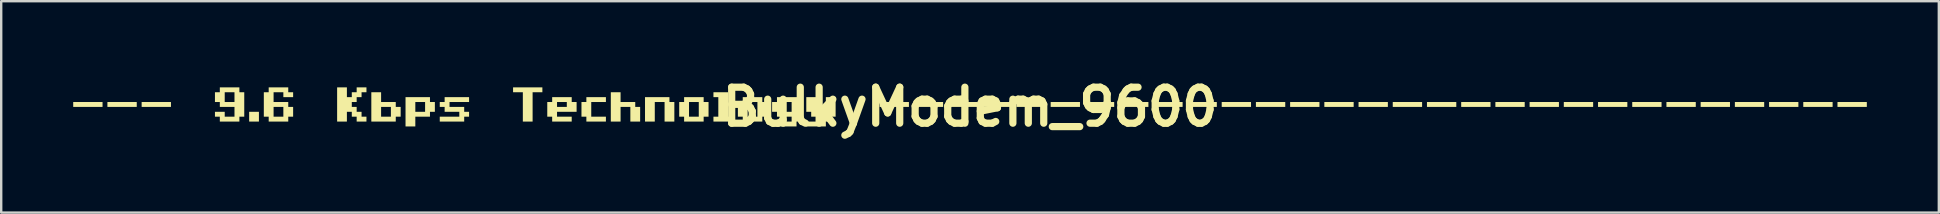
<source format=kicad_pcb>
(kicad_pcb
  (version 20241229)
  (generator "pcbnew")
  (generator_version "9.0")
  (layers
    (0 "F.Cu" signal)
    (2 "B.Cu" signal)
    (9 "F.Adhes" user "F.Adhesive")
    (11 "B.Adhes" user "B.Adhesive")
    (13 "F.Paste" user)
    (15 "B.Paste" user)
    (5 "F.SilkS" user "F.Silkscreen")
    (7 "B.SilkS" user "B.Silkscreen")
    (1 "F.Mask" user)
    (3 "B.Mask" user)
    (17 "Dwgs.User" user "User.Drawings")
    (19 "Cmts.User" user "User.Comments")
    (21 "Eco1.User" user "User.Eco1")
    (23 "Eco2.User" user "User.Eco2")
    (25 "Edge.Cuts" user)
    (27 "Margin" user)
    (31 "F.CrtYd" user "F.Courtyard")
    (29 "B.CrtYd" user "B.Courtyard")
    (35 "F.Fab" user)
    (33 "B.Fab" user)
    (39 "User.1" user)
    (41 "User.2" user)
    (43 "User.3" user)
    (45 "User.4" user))
  (footprint "BulkyModem_9600"
    (layer "F.Cu")
    (at 37.362 1.404)
    (property "Reference" "BulkyModem_9600" (at 0 0 0) (layer "F.SilkS") (effects (font (size 1.5 1.5) (thickness 0.3))))
    (attr board_only exclude_from_pos_files exclude_from_bom)
    (fp_poly (pts (xy -36.14 -0.102) (xy -36.14 0) (xy -36.751 0) (xy -37.362 0) (xy -37.362 -0.102) (xy -37.362 -0.204) (xy -36.751 -0.204) (xy -36.14 -0.204)) (stroke (width 0) (type solid)) (fill yes) (layer "F.SilkS"))
    (fp_poly (pts (xy -34.715 -0.102) (xy -34.715 0) (xy -35.326 0) (xy -35.937 0) (xy -35.937 -0.102) (xy -35.937 -0.204) (xy -35.326 -0.204) (xy -34.715 -0.204)) (stroke (width 0) (type solid)) (fill yes) (layer "F.SilkS"))
    (fp_poly (pts (xy -33.29 -0.102) (xy -33.29 0) (xy -33.901 0) (xy -34.511 0) (xy -34.511 -0.102) (xy -34.511 -0.204) (xy -33.901 -0.204) (xy -33.29 -0.204)) (stroke (width 0) (type solid)) (fill yes) (layer "F.SilkS"))
    (fp_poly (pts (xy -29.625 0.407) (xy -29.625 0.611) (xy -29.828 0.611) (xy -30.032 0.611) (xy -30.032 0.407) (xy -30.032 0.204) (xy -29.828 0.204) (xy -29.625 0.204)) (stroke (width 0) (type solid)) (fill yes) (layer "F.SilkS"))
    (fp_poly (pts (xy -2.545 -0.102) (xy -2.545 0) (xy -3.156 0) (xy -3.767 0) (xy -3.767 -0.102) (xy -3.767 -0.204) (xy -3.156 -0.204) (xy -2.545 -0.204)) (stroke (width 0) (type solid)) (fill yes) (layer "F.SilkS"))
    (fp_poly (pts (xy -1.12 -0.102) (xy -1.12 0) (xy -1.731 0) (xy -2.341 0) (xy -2.341 -0.102) (xy -2.341 -0.204) (xy -1.731 -0.204) (xy -1.12 -0.204)) (stroke (width 0) (type solid)) (fill yes) (layer "F.SilkS"))
    (fp_poly (pts (xy 0.305 -0.102) (xy 0.305 0) (xy -0.305 0) (xy -0.916 0) (xy -0.916 -0.102) (xy -0.916 -0.204) (xy -0.305 -0.204) (xy 0.305 -0.204)) (stroke (width 0) (type solid)) (fill yes) (layer "F.SilkS"))
    (fp_poly (pts (xy 1.731 -0.102) (xy 1.731 0) (xy 1.12 0) (xy 0.509 0) (xy 0.509 -0.102) (xy 0.509 -0.204) (xy 1.12 -0.204) (xy 1.731 -0.204)) (stroke (width 0) (type solid)) (fill yes) (layer "F.SilkS"))
    (fp_poly (pts (xy 3.156 -0.102) (xy 3.156 0) (xy 2.545 0) (xy 1.934 0) (xy 1.934 -0.102) (xy 1.934 -0.204) (xy 2.545 -0.204) (xy 3.156 -0.204)) (stroke (width 0) (type solid)) (fill yes) (layer "F.SilkS"))
    (fp_poly (pts (xy 4.581 -0.102) (xy 4.581 0) (xy 3.97 0) (xy 3.36 0) (xy 3.36 -0.102) (xy 3.36 -0.204) (xy 3.97 -0.204) (xy 4.581 -0.204)) (stroke (width 0) (type solid)) (fill yes) (layer "F.SilkS"))
    (fp_poly (pts (xy 6.006 -0.102) (xy 6.006 0) (xy 5.396 0) (xy 4.785 0) (xy 4.785 -0.102) (xy 4.785 -0.204) (xy 5.396 -0.204) (xy 6.006 -0.204)) (stroke (width 0) (type solid)) (fill yes) (layer "F.SilkS"))
    (fp_poly (pts (xy 7.432 -0.102) (xy 7.432 0) (xy 6.821 0) (xy 6.21 0) (xy 6.21 -0.102) (xy 6.21 -0.204) (xy 6.821 -0.204) (xy 7.432 -0.204)) (stroke (width 0) (type solid)) (fill yes) (layer "F.SilkS"))
    (fp_poly (pts (xy 8.857 -0.102) (xy 8.857 0) (xy 8.246 0) (xy 7.635 0) (xy 7.635 -0.102) (xy 7.635 -0.204) (xy 8.246 -0.204) (xy 8.857 -0.204)) (stroke (width 0) (type solid)) (fill yes) (layer "F.SilkS"))
    (fp_poly (pts (xy 10.282 -0.102) (xy 10.282 0) (xy 9.671 0) (xy 9.061 0) (xy 9.061 -0.102) (xy 9.061 -0.204) (xy 9.671 -0.204) (xy 10.282 -0.204)) (stroke (width 0) (type solid)) (fill yes) (layer "F.SilkS"))
    (fp_poly (pts (xy 11.707 -0.102) (xy 11.707 0) (xy 11.097 0) (xy 10.486 0) (xy 10.486 -0.102) (xy 10.486 -0.204) (xy 11.097 -0.204) (xy 11.707 -0.204)) (stroke (width 0) (type solid)) (fill yes) (layer "F.SilkS"))
    (fp_poly (pts (xy 13.133 -0.102) (xy 13.133 0) (xy 12.522 0) (xy 11.911 0) (xy 11.911 -0.102) (xy 11.911 -0.204) (xy 12.522 -0.204) (xy 13.133 -0.204)) (stroke (width 0) (type solid)) (fill yes) (layer "F.SilkS"))
    (fp_poly (pts (xy 14.558 -0.102) (xy 14.558 0) (xy 13.947 0) (xy 13.336 0) (xy 13.336 -0.102) (xy 13.336 -0.204) (xy 13.947 -0.204) (xy 14.558 -0.204)) (stroke (width 0) (type solid)) (fill yes) (layer "F.SilkS"))
    (fp_poly (pts (xy 15.983 -0.102) (xy 15.983 0) (xy 15.372 0) (xy 14.762 0) (xy 14.762 -0.102) (xy 14.762 -0.204) (xy 15.372 -0.204) (xy 15.983 -0.204)) (stroke (width 0) (type solid)) (fill yes) (layer "F.SilkS"))
    (fp_poly (pts (xy 17.408 -0.102) (xy 17.408 0) (xy 16.798 0) (xy 16.187 0) (xy 16.187 -0.102) (xy 16.187 -0.204) (xy 16.798 -0.204) (xy 17.408 -0.204)) (stroke (width 0) (type solid)) (fill yes) (layer "F.SilkS"))
    (fp_poly (pts (xy 18.834 -0.102) (xy 18.834 0) (xy 18.223 0) (xy 17.612 0) (xy 17.612 -0.102) (xy 17.612 -0.204) (xy 18.223 -0.204) (xy 18.834 -0.204)) (stroke (width 0) (type solid)) (fill yes) (layer "F.SilkS"))
    (fp_poly (pts (xy 20.259 -0.102) (xy 20.259 0) (xy 19.648 0) (xy 19.037 0) (xy 19.037 -0.102) (xy 19.037 -0.204) (xy 19.648 -0.204) (xy 20.259 -0.204)) (stroke (width 0) (type solid)) (fill yes) (layer "F.SilkS"))
    (fp_poly (pts (xy 21.684 -0.102) (xy 21.684 0) (xy 21.073 0) (xy 20.463 0) (xy 20.463 -0.102) (xy 20.463 -0.204) (xy 21.073 -0.204) (xy 21.684 -0.204)) (stroke (width 0) (type solid)) (fill yes) (layer "F.SilkS"))
    (fp_poly (pts (xy 23.109 -0.102) (xy 23.109 0) (xy 22.499 0) (xy 21.888 0) (xy 21.888 -0.102) (xy 21.888 -0.204) (xy 22.499 -0.204) (xy 23.109 -0.204)) (stroke (width 0) (type solid)) (fill yes) (layer "F.SilkS"))
    (fp_poly (pts (xy 24.535 -0.102) (xy 24.535 0) (xy 23.924 0) (xy 23.313 0) (xy 23.313 -0.102) (xy 23.313 -0.204) (xy 23.924 -0.204) (xy 24.535 -0.204)) (stroke (width 0) (type solid)) (fill yes) (layer "F.SilkS"))
    (fp_poly (pts (xy 25.96 -0.102) (xy 25.96 0) (xy 25.349 0) (xy 24.738 0) (xy 24.738 -0.102) (xy 24.738 -0.204) (xy 25.349 -0.204) (xy 25.96 -0.204)) (stroke (width 0) (type solid)) (fill yes) (layer "F.SilkS"))
    (fp_poly (pts (xy 27.385 -0.102) (xy 27.385 0) (xy 26.774 0) (xy 26.164 0) (xy 26.164 -0.102) (xy 26.164 -0.204) (xy 26.774 -0.204) (xy 27.385 -0.204)) (stroke (width 0) (type solid)) (fill yes) (layer "F.SilkS"))
    (fp_poly (pts (xy 28.81 -0.102) (xy 28.81 0) (xy 28.2 0) (xy 27.589 0) (xy 27.589 -0.102) (xy 27.589 -0.204) (xy 28.2 -0.204) (xy 28.81 -0.204)) (stroke (width 0) (type solid)) (fill yes) (layer "F.SilkS"))
    (fp_poly (pts (xy 30.236 -0.102) (xy 30.236 0) (xy 29.625 0) (xy 29.014 0) (xy 29.014 -0.102) (xy 29.014 -0.204) (xy 29.625 -0.204) (xy 30.236 -0.204)) (stroke (width 0) (type solid)) (fill yes) (layer "F.SilkS"))
    (fp_poly (pts (xy 31.661 -0.102) (xy 31.661 0) (xy 31.05 0) (xy 30.439 0) (xy 30.439 -0.102) (xy 30.439 -0.204) (xy 31.05 -0.204) (xy 31.661 -0.204)) (stroke (width 0) (type solid)) (fill yes) (layer "F.SilkS"))
    (fp_poly (pts (xy 33.086 -0.102) (xy 33.086 0) (xy 32.475 0) (xy 31.865 0) (xy 31.865 -0.102) (xy 31.865 -0.204) (xy 32.475 -0.204) (xy 33.086 -0.204)) (stroke (width 0) (type solid)) (fill yes) (layer "F.SilkS"))
    (fp_poly (pts (xy 34.511 -0.102) (xy 34.511 0) (xy 33.901 0) (xy 33.29 0) (xy 33.29 -0.102) (xy 33.29 -0.204) (xy 33.901 -0.204) (xy 34.511 -0.204)) (stroke (width 0) (type solid)) (fill yes) (layer "F.SilkS"))
    (fp_poly (pts (xy 35.937 -0.102) (xy 35.937 0) (xy 35.326 0) (xy 34.715 0) (xy 34.715 -0.102) (xy 34.715 -0.204) (xy 35.326 -0.204) (xy 35.937 -0.204)) (stroke (width 0) (type solid)) (fill yes) (layer "F.SilkS"))
    (fp_poly (pts (xy 37.362 -0.102) (xy 37.362 0) (xy 36.751 0) (xy 36.14 0) (xy 36.14 -0.102) (xy 36.14 -0.204) (xy 36.751 -0.204) (xy 37.362 -0.204)) (stroke (width 0) (type solid)) (fill yes) (layer "F.SilkS"))
    (fp_poly (pts (xy -17.816 -0.713) (xy -17.816 -0.611) (xy -18.019 -0.611) (xy -18.223 -0.611) (xy -18.223 0) (xy -18.223 0.611) (xy -18.426 0.611) (xy -18.63 0.611) (xy -18.63 0) (xy -18.63 -0.611) (xy -18.834 -0.611) (xy -19.037 -0.611) (xy -19.037 -0.713) (xy -19.037 -0.814) (xy -18.426 -0.814) (xy -17.816 -0.814)) (stroke (width 0) (type solid)) (fill yes) (layer "F.SilkS"))
    (fp_poly (pts (xy -12.522 -0.305) (xy -12.522 -0.204) (xy -12.42 -0.204) (xy -12.318 -0.204) (xy -12.318 0.204) (xy -12.318 0.611) (xy -12.522 0.611) (xy -12.725 0.611) (xy -12.725 0.204) (xy -12.725 -0.204) (xy -12.929 -0.204) (xy -13.133 -0.204) (xy -13.133 0.204) (xy -13.133 0.611) (xy -13.336 0.611) (xy -13.54 0.611) (xy -13.54 0.102) (xy -13.54 -0.407) (xy -13.031 -0.407) (xy -12.522 -0.407)) (stroke (width 0) (type solid)) (fill yes) (layer "F.SilkS"))
    (fp_poly (pts (xy -10.079 -0.102) (xy -10.079 0.407) (xy -9.977 0.407) (xy -9.875 0.407) (xy -9.875 0.509) (xy -9.875 0.611) (xy -10.282 0.611) (xy -10.689 0.611) (xy -10.689 0.509) (xy -10.689 0.407) (xy -10.588 0.407) (xy -10.486 0.407) (xy -10.486 0) (xy -10.486 -0.407) (xy -10.588 -0.407) (xy -10.689 -0.407) (xy -10.689 -0.509) (xy -10.689 -0.611) (xy -10.384 -0.611) (xy -10.079 -0.611)) (stroke (width 0) (type solid)) (fill yes) (layer "F.SilkS"))
    (fp_poly (pts (xy -15.169 -0.305) (xy -15.169 -0.204) (xy -15.474 -0.204) (xy -15.78 -0.204) (xy -15.78 0.102) (xy -15.78 0.407) (xy -15.474 0.407) (xy -15.169 0.407) (xy -15.169 0.509) (xy -15.169 0.611) (xy -15.576 0.611) (xy -15.983 0.611) (xy -15.983 0.509) (xy -15.983 0.407) (xy -16.085 0.407) (xy -16.187 0.407) (xy -16.187 0.102) (xy -16.187 -0.204) (xy -16.085 -0.204) (xy -15.983 -0.204) (xy -15.983 -0.305) (xy -15.983 -0.407) (xy -15.576 -0.407) (xy -15.169 -0.407)) (stroke (width 0) (type solid)) (fill yes) (layer "F.SilkS"))
    (fp_poly (pts (xy -14.558 -0.407) (xy -14.558 -0.204) (xy -14.253 -0.204) (xy -13.947 -0.204) (xy -13.947 -0.102) (xy -13.947 0) (xy -13.845 0) (xy -13.743 0) (xy -13.743 0.305) (xy -13.743 0.611) (xy -13.947 0.611) (xy -14.151 0.611) (xy -14.151 0.305) (xy -14.151 0) (xy -14.354 0) (xy -14.558 0) (xy -14.558 0.305) (xy -14.558 0.611) (xy -14.762 0.611) (xy -14.965 0.611) (xy -14.965 0) (xy -14.965 -0.611) (xy -14.762 -0.611) (xy -14.558 -0.611)) (stroke (width 0) (type solid)) (fill yes) (layer "F.SilkS"))
    (fp_poly (pts (xy -24.535 -0.407) (xy -24.535 -0.204) (xy -24.229 -0.204) (xy -23.924 -0.204) (xy -23.924 -0.102) (xy -23.924 0) (xy -23.822 0) (xy -23.72 0) (xy -23.72 0.204) (xy -23.72 0.407) (xy -23.822 0.407) (xy -23.924 0.407) (xy -23.924 0.509) (xy -23.924 0.611) (xy -24.433 0.611) (xy -24.942 0.611) (xy -24.942 0.204) (xy -24.535 0.204) (xy -24.535 0.407) (xy -24.331 0.407) (xy -24.127 0.407) (xy -24.127 0.204) (xy -24.127 0) (xy -24.331 0) (xy -24.535 0) (xy -24.535 0.204) (xy -24.942 0.204) (xy -24.942 0) (xy -24.942 -0.611) (xy -24.738 -0.611) (xy -24.535 -0.611)) (stroke (width 0) (type solid)) (fill yes) (layer "F.SilkS"))
    (fp_poly (pts (xy -22.499 -0.305) (xy -22.499 -0.204) (xy -22.397 -0.204) (xy -22.295 -0.204) (xy -22.295 0) (xy -22.295 0.204) (xy -22.397 0.204) (xy -22.499 0.204) (xy -22.499 0.305) (xy -22.499 0.407) (xy -22.804 0.407) (xy -23.109 0.407) (xy -23.109 0.611) (xy -23.109 0.814) (xy -23.313 0.814) (xy -23.517 0.814) (xy -23.517 0.204) (xy -23.517 0) (xy -23.109 0) (xy -23.109 0.204) (xy -22.906 0.204) (xy -22.702 0.204) (xy -22.702 0) (xy -22.702 -0.204) (xy -22.906 -0.204) (xy -23.109 -0.204) (xy -23.109 0) (xy -23.517 0) (xy -23.517 -0.407) (xy -23.008 -0.407) (xy -22.499 -0.407)) (stroke (width 0) (type solid)) (fill yes) (layer "F.SilkS"))
    (fp_poly (pts (xy -11.097 -0.305) (xy -11.097 -0.204) (xy -10.995 -0.204) (xy -10.893 -0.204) (xy -10.893 0.102) (xy -10.893 0.407) (xy -10.995 0.407) (xy -11.097 0.407) (xy -11.097 0.509) (xy -11.097 0.611) (xy -11.504 0.611) (xy -11.911 0.611) (xy -11.911 0.509) (xy -11.911 0.407) (xy -12.013 0.407) (xy -12.115 0.407) (xy -12.115 0.102) (xy -11.707 0.102) (xy -11.707 0.407) (xy -11.504 0.407) (xy -11.3 0.407) (xy -11.3 0.102) (xy -11.3 -0.204) (xy -11.504 -0.204) (xy -11.707 -0.204) (xy -11.707 0.102) (xy -12.115 0.102) (xy -12.115 -0.204) (xy -12.013 -0.204) (xy -11.911 -0.204) (xy -11.911 -0.305) (xy -11.911 -0.407) (xy -11.504 -0.407) (xy -11.097 -0.407)) (stroke (width 0) (type solid)) (fill yes) (layer "F.SilkS"))
    (fp_poly (pts (xy -8.653 -0.305) (xy -8.653 -0.204) (xy -8.552 -0.204) (xy -8.45 -0.204) (xy -8.45 0.102) (xy -8.45 0.407) (xy -8.552 0.407) (xy -8.653 0.407) (xy -8.653 0.509) (xy -8.653 0.611) (xy -9.061 0.611) (xy -9.468 0.611) (xy -9.468 0.509) (xy -9.468 0.407) (xy -9.57 0.407) (xy -9.671 0.407) (xy -9.671 0.102) (xy -9.264 0.102) (xy -9.264 0.407) (xy -9.061 0.407) (xy -8.857 0.407) (xy -8.857 0.102) (xy -8.857 -0.204) (xy -9.061 -0.204) (xy -9.264 -0.204) (xy -9.264 0.102) (xy -9.671 0.102) (xy -9.671 -0.204) (xy -9.57 -0.204) (xy -9.468 -0.204) (xy -9.468 -0.305) (xy -9.468 -0.407) (xy -9.061 -0.407) (xy -8.653 -0.407)) (stroke (width 0) (type solid)) (fill yes) (layer "F.SilkS"))
    (fp_poly (pts (xy -6.414 -0.102) (xy -6.414 0.204) (xy -6.21 0.204) (xy -6.006 0.204) (xy -6.006 -0.102) (xy -6.006 -0.407) (xy -5.803 -0.407) (xy -5.599 -0.407) (xy -5.599 0) (xy -5.599 0.407) (xy -5.701 0.407) (xy -5.803 0.407) (xy -5.803 0.509) (xy -5.803 0.611) (xy -5.905 0.611) (xy -6.006 0.611) (xy -6.006 0.713) (xy -6.006 0.814) (xy -6.414 0.814) (xy -6.821 0.814) (xy -6.821 0.713) (xy -6.821 0.611) (xy -6.515 0.611) (xy -6.21 0.611) (xy -6.21 0.509) (xy -6.21 0.407) (xy -6.414 0.407) (xy -6.617 0.407) (xy -6.617 0.305) (xy -6.617 0.204) (xy -6.719 0.204) (xy -6.821 0.204) (xy -6.821 -0.102) (xy -6.821 -0.407) (xy -6.617 -0.407) (xy -6.414 -0.407)) (stroke (width 0) (type solid)) (fill yes) (layer "F.SilkS"))
    (fp_poly (pts (xy -7.024 0.102) (xy -7.024 0.611) (xy -7.126 0.611) (xy -7.228 0.611) (xy -7.228 0.713) (xy -7.228 0.814) (xy -7.737 0.814) (xy -8.246 0.814) (xy -8.246 0.713) (xy -8.246 0.611) (xy -7.839 0.611) (xy -7.432 0.611) (xy -7.432 0.509) (xy -7.432 0.407) (xy -7.737 0.407) (xy -8.042 0.407) (xy -8.042 0.305) (xy -8.042 0.204) (xy -8.144 0.204) (xy -8.246 0.204) (xy -8.246 0) (xy -7.839 0) (xy -7.839 0.204) (xy -7.635 0.204) (xy -7.432 0.204) (xy -7.432 0) (xy -7.432 -0.204) (xy -7.635 -0.204) (xy -7.839 -0.204) (xy -7.839 0) (xy -8.246 0) (xy -8.246 -0.204) (xy -8.144 -0.204) (xy -8.042 -0.204) (xy -8.042 -0.305) (xy -8.042 -0.407) (xy -7.533 -0.407) (xy -7.024 -0.407)) (stroke (width 0) (type solid)) (fill yes) (layer "F.SilkS"))
    (fp_poly (pts (xy -16.594 -0.305) (xy -16.594 -0.204) (xy -16.492 -0.204) (xy -16.39 -0.204) (xy -16.39 0) (xy -16.39 0.204) (xy -16.798 0.204) (xy -17.205 0.204) (xy -17.205 0.305) (xy -17.205 0.407) (xy -16.899 0.407) (xy -16.594 0.407) (xy -16.594 0.509) (xy -16.594 0.611) (xy -17.001 0.611) (xy -17.408 0.611) (xy -17.408 0.509) (xy -17.408 0.407) (xy -17.51 0.407) (xy -17.612 0.407) (xy -17.612 0.102) (xy -17.612 -0.102) (xy -17.205 -0.102) (xy -17.205 0) (xy -17.001 0) (xy -16.798 0) (xy -16.798 -0.102) (xy -16.798 -0.204) (xy -17.001 -0.204) (xy -17.205 -0.204) (xy -17.205 -0.102) (xy -17.612 -0.102) (xy -17.612 -0.204) (xy -17.51 -0.204) (xy -17.408 -0.204) (xy -17.408 -0.305) (xy -17.408 -0.407) (xy -17.001 -0.407) (xy -16.594 -0.407)) (stroke (width 0) (type solid)) (fill yes) (layer "F.SilkS"))
    (fp_poly (pts (xy -20.87 -0.305) (xy -20.87 -0.204) (xy -21.277 -0.204) (xy -21.684 -0.204) (xy -21.684 -0.102) (xy -21.684 0) (xy -21.379 0) (xy -21.073 0) (xy -21.073 0.102) (xy -21.073 0.204) (xy -20.972 0.204) (xy -20.87 0.204) (xy -20.87 0.305) (xy -20.87 0.407) (xy -20.972 0.407) (xy -21.073 0.407) (xy -21.073 0.509) (xy -21.073 0.611) (xy -21.582 0.611) (xy -22.091 0.611) (xy -22.091 0.509) (xy -22.091 0.407) (xy -21.684 0.407) (xy -21.277 0.407) (xy -21.277 0.305) (xy -21.277 0.204) (xy -21.582 0.204) (xy -21.888 0.204) (xy -21.888 0.102) (xy -21.888 0) (xy -21.99 0) (xy -22.091 0) (xy -22.091 -0.102) (xy -22.091 -0.204) (xy -21.99 -0.204) (xy -21.888 -0.204) (xy -21.888 -0.305) (xy -21.888 -0.407) (xy -21.379 -0.407) (xy -20.87 -0.407)) (stroke (width 0) (type solid)) (fill yes) (layer "F.SilkS"))
    (fp_poly (pts (xy -30.439 -0.713) (xy -30.439 -0.611) (xy -30.337 -0.611) (xy -30.236 -0.611) (xy -30.236 -0.102) (xy -30.236 0.407) (xy -30.337 0.407) (xy -30.439 0.407) (xy -30.439 0.509) (xy -30.439 0.611) (xy -30.846 0.611) (xy -31.254 0.611) (xy -31.254 0.509) (xy -31.254 0.407) (xy -31.356 0.407) (xy -31.457 0.407) (xy -31.457 0.305) (xy -31.457 0.204) (xy -31.254 0.204) (xy -31.05 0.204) (xy -31.05 0.305) (xy -31.05 0.407) (xy -30.846 0.407) (xy -30.643 0.407) (xy -30.643 0.204) (xy -30.643 0) (xy -30.948 0) (xy -31.254 0) (xy -31.254 -0.102) (xy -31.254 -0.204) (xy -31.356 -0.204) (xy -31.457 -0.204) (xy -31.457 -0.407) (xy -31.05 -0.407) (xy -31.05 -0.204) (xy -30.846 -0.204) (xy -30.643 -0.204) (xy -30.643 -0.407) (xy -30.643 -0.611) (xy -30.846 -0.611) (xy -31.05 -0.611) (xy -31.05 -0.407) (xy -31.457 -0.407) (xy -31.457 -0.611) (xy -31.356 -0.611) (xy -31.254 -0.611) (xy -31.254 -0.713) (xy -31.254 -0.814) (xy -30.846 -0.814) (xy -30.439 -0.814)) (stroke (width 0) (type solid)) (fill yes) (layer "F.SilkS"))
    (fp_poly (pts (xy -28.403 -0.713) (xy -28.403 -0.611) (xy -28.301 -0.611) (xy -28.2 -0.611) (xy -28.2 -0.509) (xy -28.2 -0.407) (xy -28.403 -0.407) (xy -28.607 -0.407) (xy -28.607 -0.509) (xy -28.607 -0.611) (xy -28.81 -0.611) (xy -29.014 -0.611) (xy -29.014 -0.407) (xy -29.014 -0.204) (xy -28.709 -0.204) (xy -28.403 -0.204) (xy -28.403 -0.102) (xy -28.403 0) (xy -28.301 0) (xy -28.2 0) (xy -28.2 0.204) (xy -28.2 0.407) (xy -28.301 0.407) (xy -28.403 0.407) (xy -28.403 0.509) (xy -28.403 0.611) (xy -28.81 0.611) (xy -29.218 0.611) (xy -29.218 0.509) (xy -29.218 0.407) (xy -29.319 0.407) (xy -29.421 0.407) (xy -29.421 0.204) (xy -29.014 0.204) (xy -29.014 0.407) (xy -28.81 0.407) (xy -28.607 0.407) (xy -28.607 0.204) (xy -28.607 0) (xy -28.81 0) (xy -29.014 0) (xy -29.014 0.204) (xy -29.421 0.204) (xy -29.421 -0.102) (xy -29.421 -0.611) (xy -29.319 -0.611) (xy -29.218 -0.611) (xy -29.218 -0.713) (xy -29.218 -0.814) (xy -28.81 -0.814) (xy -28.403 -0.814)) (stroke (width 0) (type solid)) (fill yes) (layer "F.SilkS"))
    (fp_poly (pts (xy -25.96 -0.611) (xy -25.96 -0.407) (xy -25.858 -0.407) (xy -25.756 -0.407) (xy -25.756 -0.509) (xy -25.756 -0.611) (xy -25.655 -0.611) (xy -25.553 -0.611) (xy -25.553 -0.713) (xy -25.553 -0.814) (xy -25.349 -0.814) (xy -25.145 -0.814) (xy -25.145 -0.713) (xy -25.145 -0.611) (xy -25.247 -0.611) (xy -25.349 -0.611) (xy -25.349 -0.509) (xy -25.349 -0.407) (xy -25.451 -0.407) (xy -25.553 -0.407) (xy -25.553 -0.305) (xy -25.553 -0.204) (xy -25.655 -0.204) (xy -25.756 -0.204) (xy -25.756 -0.102) (xy -25.756 0) (xy -25.655 0) (xy -25.553 0) (xy -25.553 0.102) (xy -25.553 0.204) (xy -25.451 0.204) (xy -25.349 0.204) (xy -25.349 0.305) (xy -25.349 0.407) (xy -25.247 0.407) (xy -25.145 0.407) (xy -25.145 0.509) (xy -25.145 0.611) (xy -25.349 0.611) (xy -25.553 0.611) (xy -25.553 0.509) (xy -25.553 0.407) (xy -25.655 0.407) (xy -25.756 0.407) (xy -25.756 0.305) (xy -25.756 0.204) (xy -25.858 0.204) (xy -25.96 0.204) (xy -25.96 0.407) (xy -25.96 0.611) (xy -26.164 0.611) (xy -26.367 0.611) (xy -26.367 -0.102) (xy -26.367 -0.814) (xy -26.164 -0.814) (xy -25.96 -0.814)) (stroke (width 0) (type solid)) (fill yes) (layer "F.SilkS")))
  (gr_rect
    (start -3 -3)
    (end 77.724 5.808)
    (stroke (width 0.1) (type default))
    (fill no)
    (layer "Edge.Cuts")))
</source>
